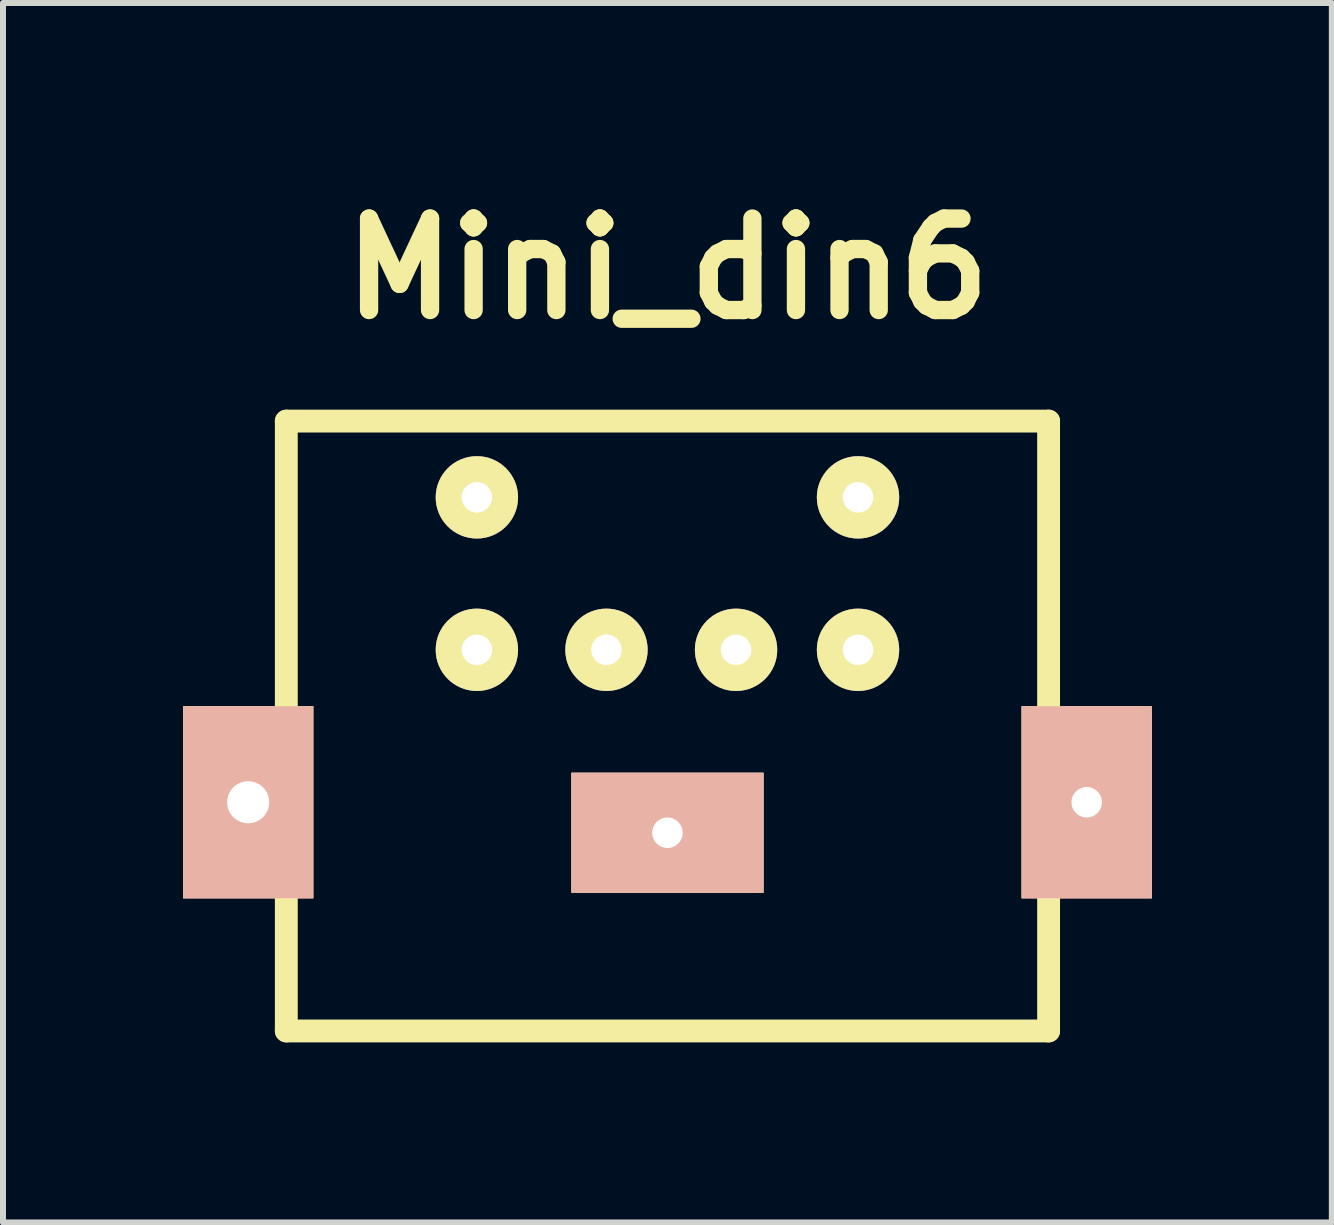
<source format=kicad_pcb>
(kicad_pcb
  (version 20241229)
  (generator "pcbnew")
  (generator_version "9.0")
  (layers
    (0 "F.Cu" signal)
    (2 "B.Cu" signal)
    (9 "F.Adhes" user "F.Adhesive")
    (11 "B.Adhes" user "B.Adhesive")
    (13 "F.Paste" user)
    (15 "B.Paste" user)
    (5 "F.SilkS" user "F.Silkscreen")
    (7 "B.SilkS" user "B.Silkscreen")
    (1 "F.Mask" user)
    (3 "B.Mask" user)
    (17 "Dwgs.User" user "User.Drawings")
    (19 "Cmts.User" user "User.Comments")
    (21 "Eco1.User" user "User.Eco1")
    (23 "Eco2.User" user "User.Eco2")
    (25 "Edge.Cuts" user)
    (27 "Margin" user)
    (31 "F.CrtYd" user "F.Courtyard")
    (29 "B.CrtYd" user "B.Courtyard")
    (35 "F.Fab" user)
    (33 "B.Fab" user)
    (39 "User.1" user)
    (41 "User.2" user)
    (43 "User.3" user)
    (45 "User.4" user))
  (footprint "Mini_din6"
    (layer "F.Cu")
    (at 8.07 9.046)
    (property "Reference" "Mini_din6" (at 0 -7.62 0) (layer "F.SilkS") (effects (font (size 1.524 1.524) (thickness 0.305))))
    (fp_line (start -6.35 -5.08) (end 6.35 -5.08) (stroke (width 0.381) (type solid)) (layer "F.SilkS"))
    (fp_line (start -6.35 1.27) (end -6.35 -5.08) (stroke (width 0.381) (type solid)) (layer "F.SilkS"))
    (fp_line (start -6.35 5.08) (end -6.35 1.27) (stroke (width 0.381) (type solid)) (layer "F.SilkS"))
    (fp_line (start 6.35 -5.08) (end 6.35 5.08) (stroke (width 0.381) (type solid)) (layer "F.SilkS"))
    (fp_line (start 6.35 5.08) (end -6.35 5.08) (stroke (width 0.381) (type solid)) (layer "F.SilkS"))
    (pad "1" thru_hole circle (at 3.175 -3.81) (size 1.372 1.372) (drill 0.508) (layers "*.Cu" "*.Mask" "F.SilkS"))
    (pad "2" thru_hole circle (at 3.175 -1.27) (size 1.372 1.372) (drill 0.508) (layers "*.Cu" "*.Mask" "F.SilkS"))
    (pad "3" thru_hole circle (at 1.143 -1.27) (size 1.372 1.372) (drill 0.508) (layers "*.Cu" "*.Mask" "F.SilkS"))
    (pad "4" thru_hole circle (at -1.016 -1.27) (size 1.372 1.372) (drill 0.508) (layers "*.Cu" "*.Mask" "F.SilkS"))
    (pad "5" thru_hole circle (at -3.175 -1.27) (size 1.372 1.372) (drill 0.508) (layers "*.Cu" "*.Mask" "F.SilkS"))
    (pad "6" thru_hole circle (at -3.175 -3.81) (size 1.372 1.372) (drill 0.508) (layers "*.Cu" "*.Mask" "F.SilkS"))
    (pad "GND" thru_hole rect (at -6.985 1.27) (size 2.169 3.2) (drill 0.701) (layers "*.Cu" "*.SilkS" "*.Mask"))
    (pad "GND" thru_hole rect (at 0 1.778) (size 3.2 1.999) (drill 0.508) (layers "*.Cu" "*.SilkS" "*.Mask"))
    (pad "GND" thru_hole rect (at 6.985 1.27) (size 2.169 3.2) (drill 0.508) (layers "*.Cu" "*.SilkS" "*.Mask")))
  (gr_rect
    (start -3 -3)
    (end 19.139 17.317)
    (stroke (width 0.1) (type default))
    (fill no)
    (layer "Edge.Cuts")))
</source>
